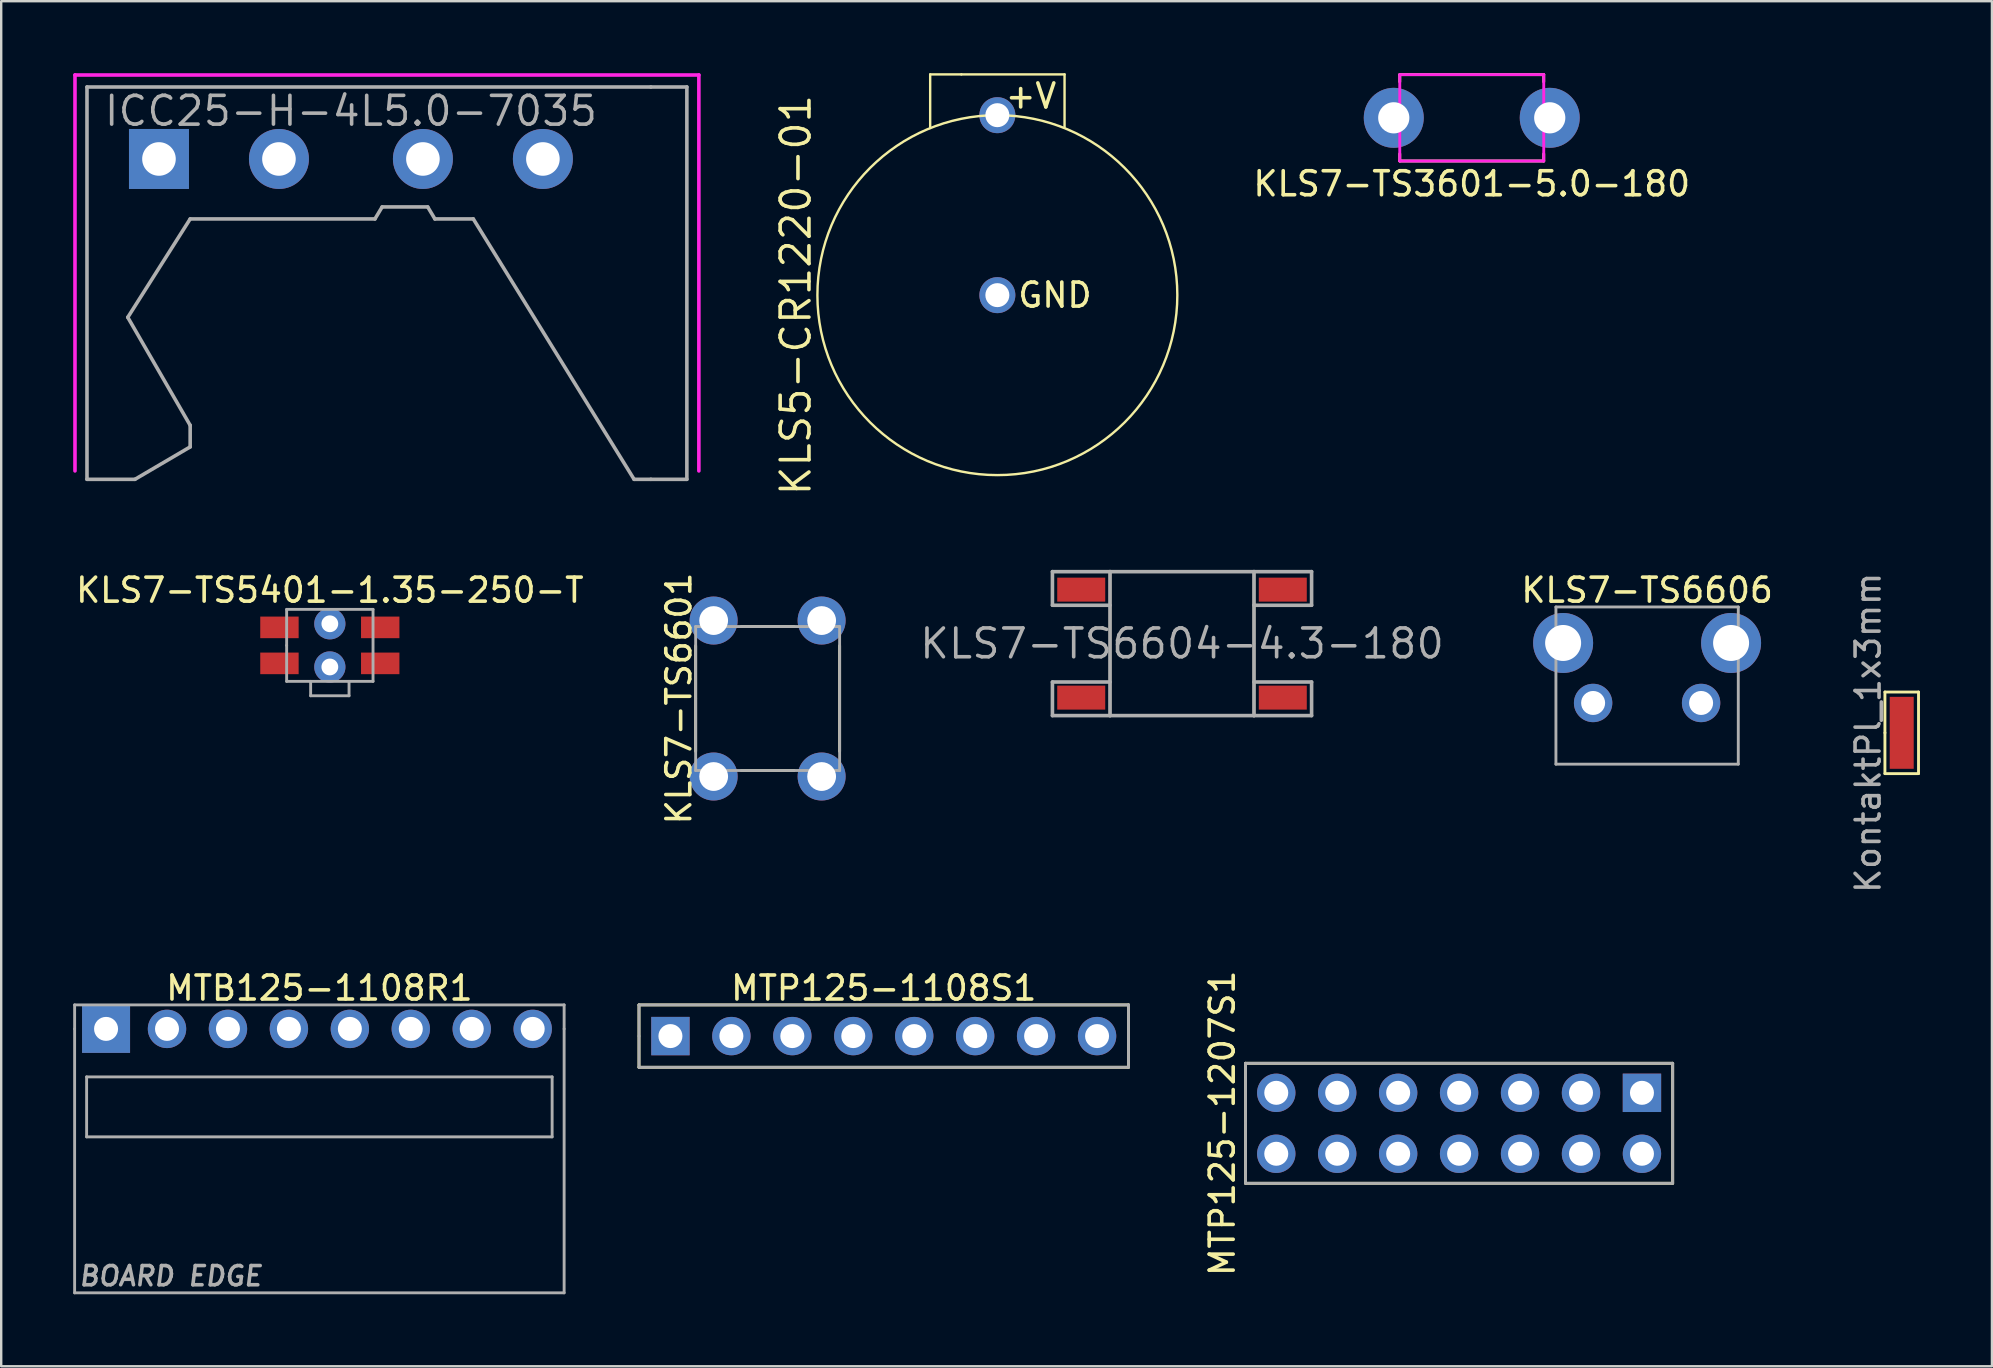
<source format=kicad_pcb>
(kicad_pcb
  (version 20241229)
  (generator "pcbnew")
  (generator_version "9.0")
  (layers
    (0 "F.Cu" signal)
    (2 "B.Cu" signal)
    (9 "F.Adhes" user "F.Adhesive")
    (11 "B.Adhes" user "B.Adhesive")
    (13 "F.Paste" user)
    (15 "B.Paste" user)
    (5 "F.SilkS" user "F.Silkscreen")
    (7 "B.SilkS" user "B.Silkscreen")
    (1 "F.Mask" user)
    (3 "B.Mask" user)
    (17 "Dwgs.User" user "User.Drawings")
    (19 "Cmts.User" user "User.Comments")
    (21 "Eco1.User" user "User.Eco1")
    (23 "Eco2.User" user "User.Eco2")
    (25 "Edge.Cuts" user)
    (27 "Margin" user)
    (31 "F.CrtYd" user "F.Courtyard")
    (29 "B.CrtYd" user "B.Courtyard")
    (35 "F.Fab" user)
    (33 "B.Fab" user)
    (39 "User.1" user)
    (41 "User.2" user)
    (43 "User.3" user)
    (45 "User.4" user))
  (footprint "KLS7-TS5401-1.35-250-T"
    (layer "F.Cu")
    (at 10.696 23.846)
    (property "Reference" "KLS7-TS5401-1.35-250-T" (at 0 -2.3 180) (layer "F.SilkS") (effects (font (size 1 1) (thickness 0.15))))
    (attr smd)
    (fp_line (start -1.8 -1.5) (end 1.8 -1.5) (stroke (width 0.12) (type solid)) (layer "F.Fab"))
    (fp_line (start -1.8 0) (end -1.8 -1.5) (stroke (width 0.12) (type solid)) (layer "F.Fab"))
    (fp_line (start -1.8 1.5) (end -1.8 0) (stroke (width 0.12) (type solid)) (layer "F.Fab"))
    (fp_line (start -0.8 1.5) (end -0.8 2.1) (stroke (width 0.12) (type solid)) (layer "F.Fab"))
    (fp_line (start -0.8 2.1) (end 0.8 2.1) (stroke (width 0.12) (type solid)) (layer "F.Fab"))
    (fp_line (start 0.8 2.1) (end 0.8 1.5) (stroke (width 0.12) (type solid)) (layer "F.Fab"))
    (fp_line (start 1.8 -1.5) (end 1.8 1.5) (stroke (width 0.12) (type solid)) (layer "F.Fab"))
    (fp_line (start 1.8 1.5) (end -1.8 1.5) (stroke (width 0.12) (type solid)) (layer "F.Fab"))
    (pad "" np_thru_hole circle (at 0 -0.9) (size 1.3 1.3) (drill 0.7) (layers "*.Cu" "*.Mask"))
    (pad "" np_thru_hole circle (at 0 0.9) (size 1.3 1.3) (drill 0.7) (layers "*.Cu" "*.Mask"))
    (pad "1" smd rect (at -2.1 0.75) (size 1.6 0.9) (layers "F.Cu" "F.Mask" "F.Paste"))
    (pad "1" smd rect (at 2.1 0.75) (size 1.6 0.9) (layers "F.Cu" "F.Mask" "F.Paste"))
    (pad "2" smd rect (at -2.1 -0.75) (size 1.6 0.9) (layers "F.Cu" "F.Mask" "F.Paste"))
    (pad "2" smd rect (at 2.1 -0.75) (size 1.6 0.9) (layers "F.Cu" "F.Mask" "F.Paste")))
  (footprint "ICC25-H-4L5.0-7035"
    (layer "F.Cu")
    (at 11.575 3.575)
    (property "Reference" "ICC25-H-4L5.0-7035" (at 0 -2 0) (layer "F.Fab") (effects (font (size 1.2 1.2) (thickness 0.15))))
    (attr through_hole)
    (fp_line (start -11.5 -3.5) (end 14.5 -3.5) (stroke (width 0.15) (type solid)) (layer "F.CrtYd"))
    (fp_line (start -11.5 13) (end -11.5 -3.5) (stroke (width 0.15) (type solid)) (layer "F.CrtYd"))
    (fp_line (start 14.5 -3.5) (end 14.5 13) (stroke (width 0.15) (type solid)) (layer "F.CrtYd"))
    (fp_line (start -11 -3) (end 12.5 -3) (stroke (width 0.15) (type solid)) (layer "F.Fab"))
    (fp_line (start -11 13.35) (end -11 -3) (stroke (width 0.15) (type solid)) (layer "F.Fab"))
    (fp_line (start -9.3 6.6) (end -6.7 2.5) (stroke (width 0.15) (type solid)) (layer "F.Fab"))
    (fp_line (start -9 13.35) (end -11 13.35) (stroke (width 0.15) (type solid)) (layer "F.Fab"))
    (fp_line (start -9 13.35) (end -6.7 12) (stroke (width 0.15) (type solid)) (layer "F.Fab"))
    (fp_line (start -6.7 11.1) (end -9.3 6.6) (stroke (width 0.15) (type solid)) (layer "F.Fab"))
    (fp_line (start -6.7 12) (end -6.7 11.1) (stroke (width 0.15) (type solid)) (layer "F.Fab"))
    (fp_line (start 1 2.5) (end -6.7 2.5) (stroke (width 0.15) (type solid)) (layer "F.Fab"))
    (fp_line (start 1 2.5) (end 1.3 2) (stroke (width 0.15) (type solid)) (layer "F.Fab"))
    (fp_line (start 1.3 2) (end 3.2 2) (stroke (width 0.15) (type solid)) (layer "F.Fab"))
    (fp_line (start 3.5 2.5) (end 3.2 2) (stroke (width 0.15) (type solid)) (layer "F.Fab"))
    (fp_line (start 3.5 2.5) (end 5.1 2.5) (stroke (width 0.15) (type solid)) (layer "F.Fab"))
    (fp_line (start 5.1 2.5) (end 11.8 13.35) (stroke (width 0.15) (type solid)) (layer "F.Fab"))
    (fp_line (start 12.5 -3) (end 14 -3) (stroke (width 0.15) (type solid)) (layer "F.Fab"))
    (fp_line (start 12.5 13.35) (end 11.8 13.35) (stroke (width 0.15) (type solid)) (layer "F.Fab"))
    (fp_line (start 14 -3) (end 14 13.35) (stroke (width 0.15) (type solid)) (layer "F.Fab"))
    (fp_line (start 14 13.35) (end 12.5 13.35) (stroke (width 0.15) (type solid)) (layer "F.Fab"))
    (pad "1" thru_hole rect (at -8 0) (size 2.5 2.5) (drill 1.4) (layers "*.Cu" "*.Mask"))
    (pad "2" thru_hole circle (at -3 0) (size 2.5 2.5) (drill 1.4) (layers "*.Cu" "*.Mask"))
    (pad "3" thru_hole circle (at 3 0) (size 2.5 2.5) (drill 1.4) (layers "*.Cu" "*.Mask"))
    (pad "4" thru_hole circle (at 8 0) (size 2.5 2.5) (drill 1.4) (layers "*.Cu" "*.Mask")))
  (footprint "KLS5-CR1220-01"
    (layer "F.Cu")
    (at 38.515 9.25)
    (property "Reference" "KLS5-CR1220-01" (at -8.4 0 90) (layer "F.SilkS") (effects (font (size 1.2 1.2) (thickness 0.15))))
    (attr through_hole)
    (fp_line (start -2.8 -9.2) (end -2.8 -7) (stroke (width 0.1) (type solid)) (layer "F.SilkS"))
    (fp_line (start -1.5 -9.2) (end -2.8 -9.2) (stroke (width 0.1) (type solid)) (layer "F.SilkS"))
    (fp_line (start -1.5 -9.2) (end 2.8 -9.2) (stroke (width 0.1) (type solid)) (layer "F.SilkS"))
    (fp_line (start 2.8 -9.2) (end 2.8 -7) (stroke (width 0.1) (type solid)) (layer "F.SilkS"))
    (fp_circle (center 0 0) (end 0 -7.5) (stroke (width 0.1) (type solid)) (fill no) (layer "F.SilkS"))
    (fp_text user "+V" (at 1.4 -8.3 0) (layer "F.SilkS") (effects (font (size 1 1) (thickness 0.15))))
    (fp_text user "GND" (at 2.4 0 0) (layer "F.SilkS") (effects (font (size 1 1) (thickness 0.15))))
    (pad "1" thru_hole circle (at 0 -7.5) (size 1.5 1.5) (drill 1) (layers "*.Cu" "*.Mask"))
    (pad "2" thru_hole circle (at 0 0) (size 1.5 1.5) (drill 1) (layers "*.Cu" "*.Mask")))
  (footprint "KLS7-TS3601-5.0-180"
    (layer "F.Cu")
    (at 58.285 1.86)
    (property "Reference" "KLS7-TS3601-5.0-180" (at 0 2.75 0) (layer "F.SilkS") (effects (font (size 1 1) (thickness 0.15))))
    (attr through_hole)
    (fp_line (start -3 -1.8) (end 3 -1.8) (stroke (width 0.12) (type solid)) (layer "F.SilkS"))
    (fp_line (start -3 -1.5) (end -3 -1.8) (stroke (width 0.12) (type solid)) (layer "F.SilkS"))
    (fp_line (start -3 1.8) (end -3 1.5) (stroke (width 0.12) (type solid)) (layer "F.SilkS"))
    (fp_line (start 3 -1.8) (end 3 -1.5) (stroke (width 0.12) (type solid)) (layer "F.SilkS"))
    (fp_line (start 3 1.5) (end 3 1.8) (stroke (width 0.12) (type solid)) (layer "F.SilkS"))
    (fp_line (start 3 1.8) (end -3 1.8) (stroke (width 0.12) (type solid)) (layer "F.SilkS"))
    (fp_line (start -3 -1.8) (end 3 -1.8) (stroke (width 0.12) (type solid)) (layer "F.CrtYd"))
    (fp_line (start -3 0) (end -3 -1.8) (stroke (width 0.12) (type solid)) (layer "F.CrtYd"))
    (fp_line (start -3 1.8) (end -3 0) (stroke (width 0.12) (type solid)) (layer "F.CrtYd"))
    (fp_line (start 3 -1.8) (end 3 1.8) (stroke (width 0.12) (type solid)) (layer "F.CrtYd"))
    (fp_line (start 3 1.8) (end -3 1.8) (stroke (width 0.12) (type solid)) (layer "F.CrtYd"))
    (pad "1" thru_hole circle (at -3.25 0) (size 2.5 2.5) (drill 1.3) (layers "*.Cu" "*.Mask"))
    (pad "2" thru_hole circle (at 3.25 0) (size 2.5 2.5) (drill 1.3) (layers "*.Cu" "*.Mask")))
  (footprint "MTB125-1108R1"
    (layer "F.Cu")
    (at 10.26 39.829)
    (property "Reference" "MTB125-1108R1" (at 0 -1.7 0) (layer "F.SilkS") (effects (font (size 1 1) (thickness 0.15))))
    (attr through_hole)
    (fp_line (start -10.2 -1) (end 10.2 -1) (stroke (width 0.12) (type solid)) (layer "F.Fab"))
    (fp_line (start -10.2 0) (end -10.2 -1) (stroke (width 0.12) (type solid)) (layer "F.Fab"))
    (fp_line (start -10.2 0) (end -10.2 11) (stroke (width 0.12) (type solid)) (layer "F.Fab"))
    (fp_line (start -10.2 11) (end 10.2 11) (stroke (width 0.12) (type solid)) (layer "F.Fab"))
    (fp_line (start -9.7 2) (end -9.7 4.5) (stroke (width 0.12) (type solid)) (layer "F.Fab"))
    (fp_line (start -9.7 4.5) (end 9.7 4.5) (stroke (width 0.12) (type solid)) (layer "F.Fab"))
    (fp_line (start 9.7 2) (end -9.7 2) (stroke (width 0.12) (type solid)) (layer "F.Fab"))
    (fp_line (start 9.7 4.5) (end 9.7 2) (stroke (width 0.12) (type solid)) (layer "F.Fab"))
    (fp_line (start 10.2 -1) (end 10.2 0) (stroke (width 0.12) (type solid)) (layer "F.Fab"))
    (fp_line (start 10.2 11) (end 10.2 0) (stroke (width 0.12) (type solid)) (layer "F.Fab"))
    (fp_text user "BOARD EDGE" (at -6.2 10.3 0) (layer "F.Fab") (effects (font (size 0.8 0.8) (thickness 0.15) (italic yes))))
    (pad "1" thru_hole rect (at -8.89 0) (size 2 2) (drill 1) (layers "*.Cu" "*.Mask"))
    (pad "2" thru_hole circle (at -6.35 0) (size 1.6 1.6) (drill 1) (layers "*.Cu" "*.Mask"))
    (pad "3" thru_hole circle (at -3.81 0) (size 1.6 1.6) (drill 1) (layers "*.Cu" "*.Mask"))
    (pad "4" thru_hole circle (at -1.27 0) (size 1.6 1.6) (drill 1) (layers "*.Cu" "*.Mask"))
    (pad "5" thru_hole circle (at 1.27 0) (size 1.6 1.6) (drill 1) (layers "*.Cu" "*.Mask"))
    (pad "6" thru_hole circle (at 3.81 0) (size 1.6 1.6) (drill 1) (layers "*.Cu" "*.Mask"))
    (pad "7" thru_hole circle (at 6.35 0) (size 1.6 1.6) (drill 1) (layers "*.Cu" "*.Mask"))
    (pad "8" thru_hole circle (at 8.89 0) (size 1.6 1.6) (drill 1) (layers "*.Cu" "*.Mask")))
  (footprint "KLS7-TS6601"
    (layer "F.Cu")
    (at 28.941 26.061)
    (property "Reference" "KLS7-TS6601" (at -3.7 0 90) (layer "F.SilkS") (effects (font (size 1 1) (thickness 0.15))))
    (attr through_hole)
    (fp_line (start -3 -2.2) (end -3 2.2) (stroke (width 0.12) (type solid)) (layer "F.SilkS"))
    (fp_line (start -1.1 3) (end 1.1 3) (stroke (width 0.12) (type solid)) (layer "F.SilkS"))
    (fp_line (start 1.1 -3) (end -1.1 -3) (stroke (width 0.12) (type solid)) (layer "F.SilkS"))
    (fp_line (start 3 2.2) (end 3 -2.2) (stroke (width 0.12) (type solid)) (layer "F.SilkS"))
    (fp_line (start -3 -3) (end 3 -3) (stroke (width 0.12) (type solid)) (layer "F.Fab"))
    (fp_line (start -3 0) (end -3 -3) (stroke (width 0.12) (type solid)) (layer "F.Fab"))
    (fp_line (start -3 3) (end -3 0) (stroke (width 0.12) (type solid)) (layer "F.Fab"))
    (fp_line (start 3 -3) (end 3 3) (stroke (width 0.12) (type solid)) (layer "F.Fab"))
    (fp_line (start 3 3) (end -3 3) (stroke (width 0.12) (type solid)) (layer "F.Fab"))
    (pad "1" thru_hole circle (at -2.25 -3.25) (size 2 2) (drill 1.2) (layers "*.Cu" "*.Mask"))
    (pad "1" thru_hole circle (at -2.25 3.25) (size 2 2) (drill 1.2) (layers "*.Cu" "*.Mask"))
    (pad "2" thru_hole circle (at 2.25 -3.25) (size 2 2) (drill 1.2) (layers "*.Cu" "*.Mask"))
    (pad "2" thru_hole circle (at 2.25 3.25) (size 2 2) (drill 1.2) (layers "*.Cu" "*.Mask")))
  (footprint "KLS7-TS6606"
    (layer "F.Cu")
    (at 65.593 26.246)
    (property "Reference" "KLS7-TS6606" (at 0 -4.7 0) (layer "F.SilkS") (effects (font (size 1 1) (thickness 0.15))))
    (attr through_hole)
    (fp_line (start -3.8 2.55) (end -3.8 -4) (stroke (width 0.12) (type solid)) (layer "F.Fab"))
    (fp_line (start -3.8 2.55) (end 3.8 2.55) (stroke (width 0.12) (type solid)) (layer "F.Fab"))
    (fp_line (start 3.8 -4) (end -3.8 -4) (stroke (width 0.12) (type solid)) (layer "F.Fab"))
    (fp_line (start 3.8 2.55) (end 3.8 -4) (stroke (width 0.12) (type solid)) (layer "F.Fab"))
    (pad "1" thru_hole circle (at -2.25 0) (size 1.6 1.6) (drill 1) (layers "*.Cu" "*.Mask"))
    (pad "2" thru_hole circle (at 2.25 0) (size 1.6 1.6) (drill 1) (layers "*.Cu" "*.Mask"))
    (pad "3" thru_hole circle (at -3.5 -2.5) (size 2.5 2.5) (drill 1.5) (layers "*.Cu" "*.Mask"))
    (pad "4" thru_hole circle (at 3.5 -2.5) (size 2.5 2.5) (drill 1.5) (layers "*.Cu" "*.Mask")))
  (footprint "KLS7-TS6604-4.3-180"
    (layer "F.Cu")
    (at 46.21 23.773)
    (property "Reference" "KLS7-TS6604-4.3-180" (at 0 0 0) (layer "F.Fab") (effects (font (size 1.2 1.2) (thickness 0.15))))
    (attr through_hole)
    (fp_line (start -3 -3) (end -3 3) (stroke (width 0.1) (type solid)) (layer "F.SilkS"))
    (fp_line (start -3 3) (end 3 3) (stroke (width 0.1) (type solid)) (layer "F.SilkS"))
    (fp_line (start 3 -3) (end -3 -3) (stroke (width 0.1) (type solid)) (layer "F.SilkS"))
    (fp_line (start 3 0) (end 3 -3) (stroke (width 0.1) (type solid)) (layer "F.SilkS"))
    (fp_line (start 3 3) (end 3 0) (stroke (width 0.1) (type solid)) (layer "F.SilkS"))
    (fp_line (start -5.4 -3) (end -5.4 -1.6) (stroke (width 0.15) (type solid)) (layer "F.Fab"))
    (fp_line (start -5.4 -1.6) (end -3 -1.6) (stroke (width 0.15) (type solid)) (layer "F.Fab"))
    (fp_line (start -5.4 1.6) (end -5.4 3) (stroke (width 0.15) (type solid)) (layer "F.Fab"))
    (fp_line (start -5.4 3) (end -3 3) (stroke (width 0.15) (type solid)) (layer "F.Fab"))
    (fp_line (start -3 -3) (end -5.4 -3) (stroke (width 0.15) (type solid)) (layer "F.Fab"))
    (fp_line (start -3 -3) (end 3 -3) (stroke (width 0.15) (type solid)) (layer "F.Fab"))
    (fp_line (start -3 1.6) (end -5.4 1.6) (stroke (width 0.15) (type solid)) (layer "F.Fab"))
    (fp_line (start -3 3) (end -3 -3) (stroke (width 0.15) (type solid)) (layer "F.Fab"))
    (fp_line (start 3 -3) (end 3 3) (stroke (width 0.15) (type solid)) (layer "F.Fab"))
    (fp_line (start 3 -3) (end 5.4 -3) (stroke (width 0.15) (type solid)) (layer "F.Fab"))
    (fp_line (start 3 3) (end -3 3) (stroke (width 0.15) (type solid)) (layer "F.Fab"))
    (fp_line (start 3 3) (end 5.4 3) (stroke (width 0.15) (type solid)) (layer "F.Fab"))
    (fp_line (start 5.4 -3) (end 5.4 -1.6) (stroke (width 0.15) (type solid)) (layer "F.Fab"))
    (fp_line (start 5.4 -1.6) (end 3 -1.6) (stroke (width 0.15) (type solid)) (layer "F.Fab"))
    (fp_line (start 5.4 1.6) (end 3 1.6) (stroke (width 0.15) (type solid)) (layer "F.Fab"))
    (fp_line (start 5.4 3) (end 5.4 1.6) (stroke (width 0.15) (type solid)) (layer "F.Fab"))
    (pad "1" smd rect (at -4.2 2.25) (size 2 1) (layers "F.Cu" "F.Mask" "F.Paste"))
    (pad "2" smd rect (at 4.2 2.25) (size 2 1) (layers "F.Cu" "F.Mask" "F.Paste"))
    (pad "3" smd rect (at 4.2 -2.25) (size 2 1) (layers "F.Cu" "F.Mask" "F.Paste"))
    (pad "4" smd rect (at -4.2 -2.25) (size 2 1) (layers "F.Cu" "F.Mask" "F.Paste")))
  (footprint "KontaktPl_1x3mm"
    (layer "F.Cu")
    (at 76.204 27.49)
    (property "Reference" "KontaktPl_1x3mm" (at -1.4 0 90) (layer "F.Fab") (effects (font (size 1 1) (thickness 0.15))))
    (attr smd)
    (fp_line (start -0.7 -1.7) (end 0.7 -1.7) (stroke (width 0.12) (type solid)) (layer "F.SilkS"))
    (fp_line (start -0.7 0) (end -0.7 -1.7) (stroke (width 0.12) (type solid)) (layer "F.SilkS"))
    (fp_line (start -0.7 0) (end -0.7 1.7) (stroke (width 0.12) (type solid)) (layer "F.SilkS"))
    (fp_line (start 0.7 -1.7) (end 0.7 1.7) (stroke (width 0.12) (type solid)) (layer "F.SilkS"))
    (fp_line (start 0.7 1.7) (end -0.7 1.7) (stroke (width 0.12) (type solid)) (layer "F.SilkS"))
    (pad "1" smd rect (at 0 0) (size 1 3) (layers "F.Cu" "F.Mask" "F.Paste")))
  (footprint "MTP125-1207S1"
    (layer "F.Cu")
    (at 57.758 43.763)
    (property "Reference" "MTP125-1207S1" (at -9.87 0 90) (layer "F.SilkS") (effects (font (size 1 1) (thickness 0.15))))
    (attr through_hole)
    (fp_line (start -8.9 -2.5) (end 8.9 -2.5) (stroke (width 0.12) (type solid)) (layer "F.SilkS"))
    (fp_line (start -8.9 2.5) (end -8.9 -2.5) (stroke (width 0.12) (type solid)) (layer "F.SilkS"))
    (fp_line (start 8.9 -2.5) (end 8.9 2.5) (stroke (width 0.12) (type solid)) (layer "F.SilkS"))
    (fp_line (start 8.9 2.5) (end -8.9 2.5) (stroke (width 0.12) (type solid)) (layer "F.SilkS"))
    (fp_line (start -8.9 -2.5) (end 8.9 -2.5) (stroke (width 0.12) (type solid)) (layer "F.Fab"))
    (fp_line (start -8.9 0) (end -8.9 -2.5) (stroke (width 0.12) (type solid)) (layer "F.Fab"))
    (fp_line (start -8.9 2.5) (end -8.9 0) (stroke (width 0.12) (type solid)) (layer "F.Fab"))
    (fp_line (start 8.9 -2.5) (end 8.9 2.5) (stroke (width 0.12) (type solid)) (layer "F.Fab"))
    (fp_line (start 8.9 2.5) (end -8.9 2.5) (stroke (width 0.12) (type solid)) (layer "F.Fab"))
    (pad "1" thru_hole rect (at 7.62 -1.27) (size 1.6 1.6) (drill 1) (layers "*.Cu" "*.Mask"))
    (pad "2" thru_hole oval (at 7.62 1.27) (size 1.6 1.6) (drill 1) (layers "*.Cu" "*.Mask"))
    (pad "3" thru_hole oval (at 5.08 -1.27) (size 1.6 1.6) (drill 1) (layers "*.Cu" "*.Mask"))
    (pad "4" thru_hole oval (at 5.08 1.27) (size 1.6 1.6) (drill 1) (layers "*.Cu" "*.Mask"))
    (pad "5" thru_hole oval (at 2.54 -1.27) (size 1.6 1.6) (drill 1) (layers "*.Cu" "*.Mask"))
    (pad "6" thru_hole oval (at 2.54 1.27) (size 1.6 1.6) (drill 1) (layers "*.Cu" "*.Mask"))
    (pad "7" thru_hole oval (at 0 -1.27) (size 1.6 1.6) (drill 1) (layers "*.Cu" "*.Mask"))
    (pad "8" thru_hole oval (at 0 1.27) (size 1.6 1.6) (drill 1) (layers "*.Cu" "*.Mask"))
    (pad "9" thru_hole oval (at -2.54 -1.27) (size 1.6 1.6) (drill 1) (layers "*.Cu" "*.Mask"))
    (pad "10" thru_hole oval (at -2.54 1.27) (size 1.6 1.6) (drill 1) (layers "*.Cu" "*.Mask"))
    (pad "11" thru_hole oval (at -5.08 -1.27) (size 1.6 1.6) (drill 1) (layers "*.Cu" "*.Mask"))
    (pad "12" thru_hole oval (at -5.08 1.27) (size 1.6 1.6) (drill 1) (layers "*.Cu" "*.Mask"))
    (pad "13" thru_hole oval (at -7.62 -1.27) (size 1.6 1.6) (drill 1) (layers "*.Cu" "*.Mask"))
    (pad "14" thru_hole oval (at -7.62 1.27) (size 1.6 1.6) (drill 1) (layers "*.Cu" "*.Mask")))
  (footprint "MTP125-1108S1"
    (layer "F.Cu")
    (at 33.78 40.129)
    (property "Reference" "MTP125-1108S1" (at 0 -2 0) (layer "F.SilkS") (effects (font (size 1 1) (thickness 0.15))))
    (attr through_hole)
    (fp_line (start -10.2 -1.3) (end 10.2 -1.3) (stroke (width 0.12) (type solid)) (layer "F.SilkS"))
    (fp_line (start -10.2 1.3) (end -10.2 -1.3) (stroke (width 0.12) (type solid)) (layer "F.SilkS"))
    (fp_line (start 10.2 -1.3) (end 10.2 1.3) (stroke (width 0.12) (type solid)) (layer "F.SilkS"))
    (fp_line (start 10.2 1.3) (end -10.2 1.3) (stroke (width 0.12) (type solid)) (layer "F.SilkS"))
    (fp_line (start -10.2 -1.3) (end 10.2 -1.3) (stroke (width 0.12) (type solid)) (layer "F.Fab"))
    (fp_line (start -10.2 0) (end -10.2 -1.3) (stroke (width 0.12) (type solid)) (layer "F.Fab"))
    (fp_line (start -10.2 1.3) (end -10.2 0) (stroke (width 0.12) (type solid)) (layer "F.Fab"))
    (fp_line (start 10.2 -1.3) (end 10.2 1.3) (stroke (width 0.12) (type solid)) (layer "F.Fab"))
    (fp_line (start 10.2 1.3) (end -10.2 1.3) (stroke (width 0.12) (type solid)) (layer "F.Fab"))
    (pad "1" thru_hole rect (at -8.89 0) (size 1.6 1.6) (drill 1) (layers "*.Cu" "*.Mask"))
    (pad "2" thru_hole circle (at -6.35 0) (size 1.6 1.6) (drill 1) (layers "*.Cu" "*.Mask"))
    (pad "3" thru_hole circle (at -3.81 0) (size 1.6 1.6) (drill 1) (layers "*.Cu" "*.Mask"))
    (pad "4" thru_hole circle (at -1.27 0) (size 1.6 1.6) (drill 1) (layers "*.Cu" "*.Mask"))
    (pad "5" thru_hole circle (at 1.27 0) (size 1.6 1.6) (drill 1) (layers "*.Cu" "*.Mask"))
    (pad "6" thru_hole circle (at 3.81 0) (size 1.6 1.6) (drill 1) (layers "*.Cu" "*.Mask"))
    (pad "7" thru_hole circle (at 6.35 0) (size 1.6 1.6) (drill 1) (layers "*.Cu" "*.Mask"))
    (pad "8" thru_hole circle (at 8.89 0) (size 1.6 1.6) (drill 1) (layers "*.Cu" "*.Mask")))
  (gr_rect
    (start -3 -3)
    (end 79.964 53.889)
    (stroke (width 0.1) (type default))
    (fill no)
    (layer "Edge.Cuts")))
</source>
